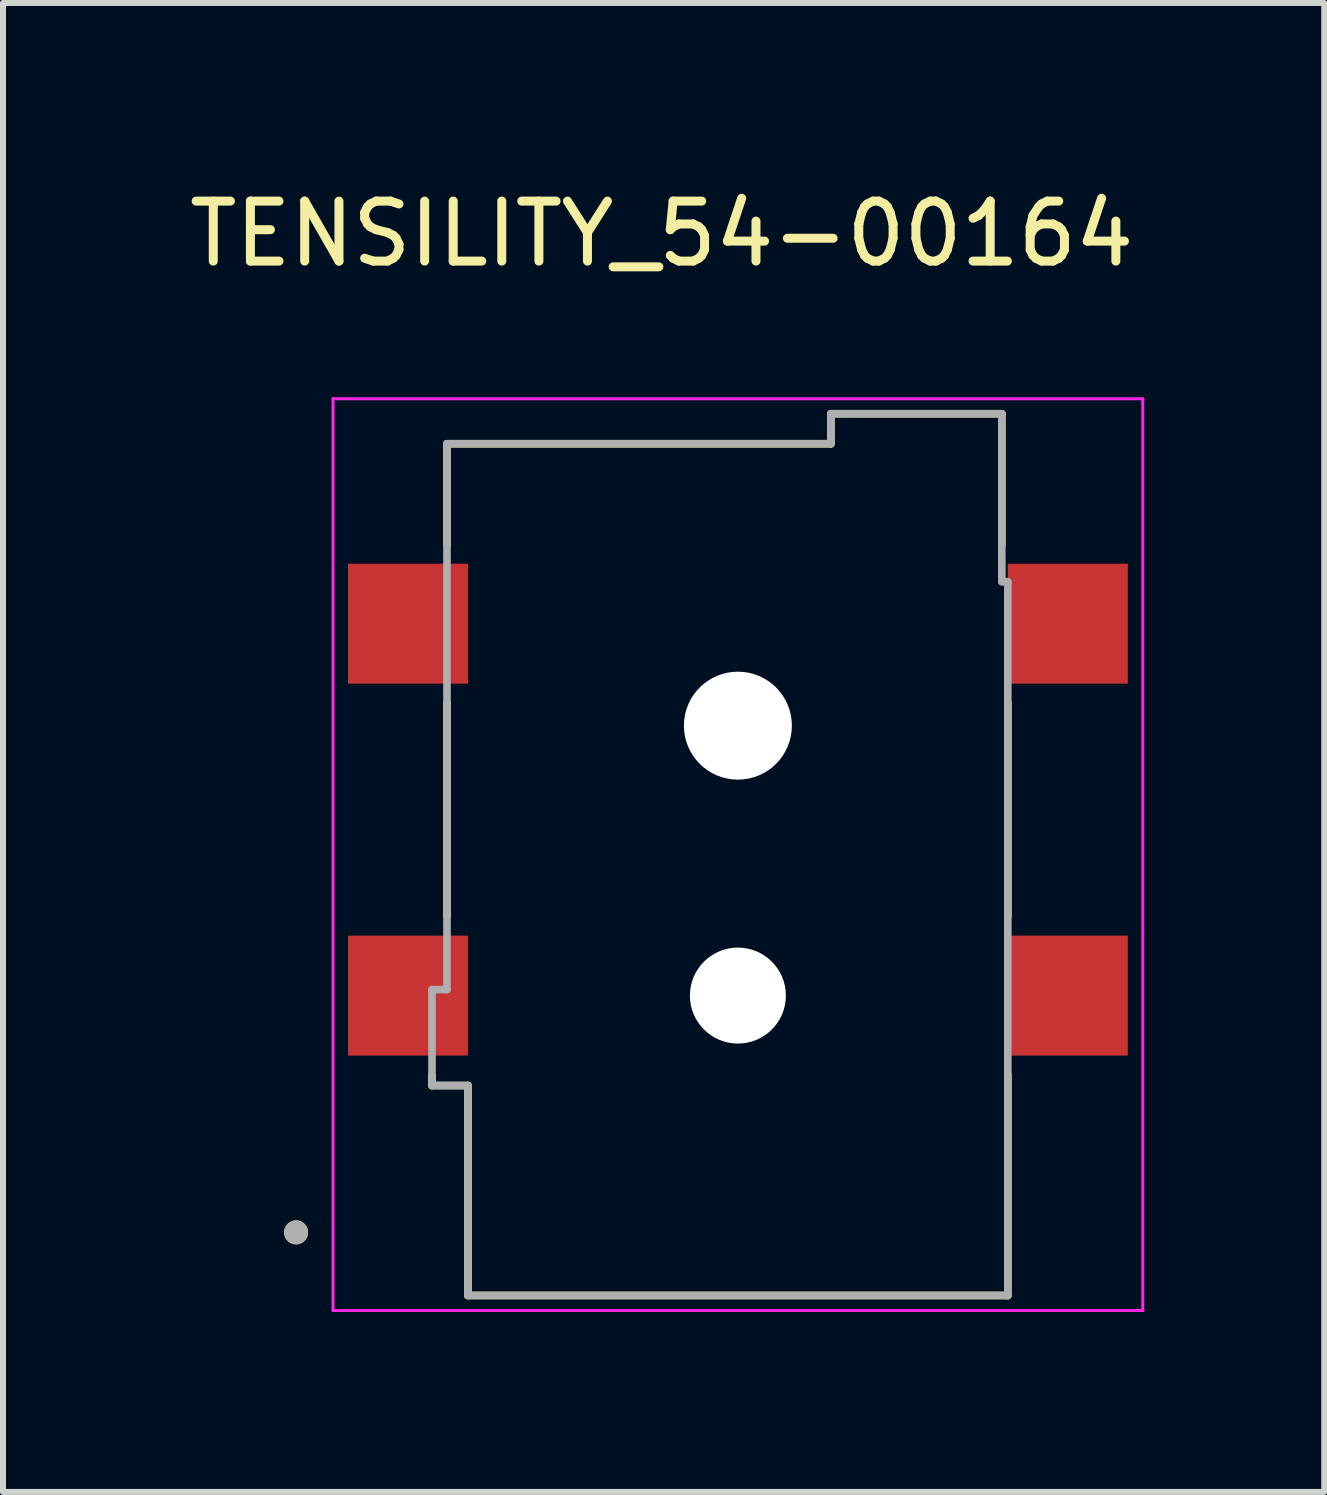
<source format=kicad_pcb>
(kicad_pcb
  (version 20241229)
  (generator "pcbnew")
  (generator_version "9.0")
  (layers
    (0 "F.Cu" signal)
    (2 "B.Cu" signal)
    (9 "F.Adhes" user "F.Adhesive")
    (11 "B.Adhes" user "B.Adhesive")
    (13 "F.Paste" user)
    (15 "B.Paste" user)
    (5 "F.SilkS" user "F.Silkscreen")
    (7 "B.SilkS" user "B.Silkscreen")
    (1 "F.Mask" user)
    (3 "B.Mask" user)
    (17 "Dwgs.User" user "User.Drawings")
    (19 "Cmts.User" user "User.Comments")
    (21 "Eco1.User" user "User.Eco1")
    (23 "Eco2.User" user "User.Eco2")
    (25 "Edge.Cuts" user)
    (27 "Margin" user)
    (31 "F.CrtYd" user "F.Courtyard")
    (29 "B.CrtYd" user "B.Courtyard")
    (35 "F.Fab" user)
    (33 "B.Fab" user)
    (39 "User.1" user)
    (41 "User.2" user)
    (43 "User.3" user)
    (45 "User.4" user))
  (footprint "TENSILITY_54-00164"
    (layer "F.Cu")
    (at 9.252 11.298)
    (property "Reference" "TENSILITY_54-00164" (at -1.27 -10.45 0) (layer "F.SilkS") (effects (font (size 1 1) (thickness 0.15))))
    (attr smd)
    (fp_line (start -5.1 3.75) (end -5.1 3.57) (stroke (width 0.127) (type solid)) (layer "F.SilkS"))
    (fp_line (start -5.1 3.75) (end -4.5 3.75) (stroke (width 0.127) (type solid)) (layer "F.SilkS"))
    (fp_line (start -4.85 -6.95) (end 1.55 -6.95) (stroke (width 0.127) (type solid)) (layer "F.SilkS"))
    (fp_line (start -4.85 -5.27) (end -4.85 -6.95) (stroke (width 0.127) (type solid)) (layer "F.SilkS"))
    (fp_line (start -4.85 -2.63) (end -4.85 0.93) (stroke (width 0.127) (type solid)) (layer "F.SilkS"))
    (fp_line (start -4.5 7.25) (end -4.5 3.75) (stroke (width 0.127) (type solid)) (layer "F.SilkS"))
    (fp_line (start -4.5 7.25) (end 4.5 7.25) (stroke (width 0.127) (type solid)) (layer "F.SilkS"))
    (fp_line (start 1.55 -7.45) (end 1.55 -6.95) (stroke (width 0.127) (type solid)) (layer "F.SilkS"))
    (fp_line (start 1.55 -7.45) (end 4.4 -7.45) (stroke (width 0.127) (type solid)) (layer "F.SilkS"))
    (fp_line (start 4.4 -7.45) (end 4.4 -5.27) (stroke (width 0.127) (type solid)) (layer "F.SilkS"))
    (fp_line (start 4.5 -2.63) (end 4.5 0.93) (stroke (width 0.127) (type solid)) (layer "F.SilkS"))
    (fp_line (start 4.5 7.25) (end 4.5 3.57) (stroke (width 0.127) (type solid)) (layer "F.SilkS"))
    (fp_circle (center -7.366 6.198) (end -7.266 6.198) (stroke (width 0.2) (type solid)) (fill no) (layer "F.SilkS"))
    (fp_line (start -6.75 -7.7) (end -6.75 7.5) (stroke (width 0.05) (type solid)) (layer "F.CrtYd"))
    (fp_line (start -6.75 7.5) (end 6.75 7.5) (stroke (width 0.05) (type solid)) (layer "F.CrtYd"))
    (fp_line (start 6.75 -7.7) (end -6.75 -7.7) (stroke (width 0.05) (type solid)) (layer "F.CrtYd"))
    (fp_line (start 6.75 7.5) (end 6.75 -7.7) (stroke (width 0.05) (type solid)) (layer "F.CrtYd"))
    (fp_line (start -5.1 2.15) (end -5.1 3.75) (stroke (width 0.127) (type solid)) (layer "F.Fab"))
    (fp_line (start -5.1 2.15) (end -4.85 2.15) (stroke (width 0.127) (type solid)) (layer "F.Fab"))
    (fp_line (start -5.1 3.75) (end -4.5 3.75) (stroke (width 0.127) (type solid)) (layer "F.Fab"))
    (fp_line (start -4.85 -6.95) (end 1.55 -6.95) (stroke (width 0.127) (type solid)) (layer "F.Fab"))
    (fp_line (start -4.85 2.15) (end -4.85 -6.95) (stroke (width 0.127) (type solid)) (layer "F.Fab"))
    (fp_line (start -4.5 7.25) (end -4.5 3.75) (stroke (width 0.127) (type solid)) (layer "F.Fab"))
    (fp_line (start -4.5 7.25) (end 4.5 7.25) (stroke (width 0.127) (type solid)) (layer "F.Fab"))
    (fp_line (start 1.55 -7.45) (end 1.55 -6.95) (stroke (width 0.127) (type solid)) (layer "F.Fab"))
    (fp_line (start 1.55 -7.45) (end 4.4 -7.45) (stroke (width 0.127) (type solid)) (layer "F.Fab"))
    (fp_line (start 4.4 -7.45) (end 4.4 -4.65) (stroke (width 0.127) (type solid)) (layer "F.Fab"))
    (fp_line (start 4.4 -4.65) (end 4.5 -4.65) (stroke (width 0.127) (type solid)) (layer "F.Fab"))
    (fp_line (start 4.5 7.25) (end 4.5 -4.65) (stroke (width 0.127) (type solid)) (layer "F.Fab"))
    (fp_circle (center -7.366 6.198) (end -7.266 6.198) (stroke (width 0.2) (type solid)) (fill no) (layer "F.Fab"))
    (pad "" np_thru_hole circle (at 0 -2.25) (size 1.8 1.8) (drill 1.8) (layers "*.Cu" "*.Mask"))
    (pad "" np_thru_hole circle (at 0 2.25) (size 1.6 1.6) (drill 1.6) (layers "*.Cu" "*.Mask"))
    (pad "A1" smd rect (at -5.5 2.25) (size 2 2) (layers "F.Cu" "F.Mask" "F.Paste"))
    (pad "A2" smd rect (at -5.5 -3.95) (size 2 2) (layers "F.Cu" "F.Mask" "F.Paste"))
    (pad "B" smd rect (at 5.5 2.25) (size 2 2) (layers "F.Cu" "F.Mask" "F.Paste"))
    (pad "C" smd rect (at 5.5 -3.95) (size 2 2) (layers "F.Cu" "F.Mask" "F.Paste")))
  (gr_rect
    (start -3 -3)
    (end 19.027 21.823)
    (stroke (width 0.1) (type default))
    (fill no)
    (layer "Edge.Cuts")))
</source>
